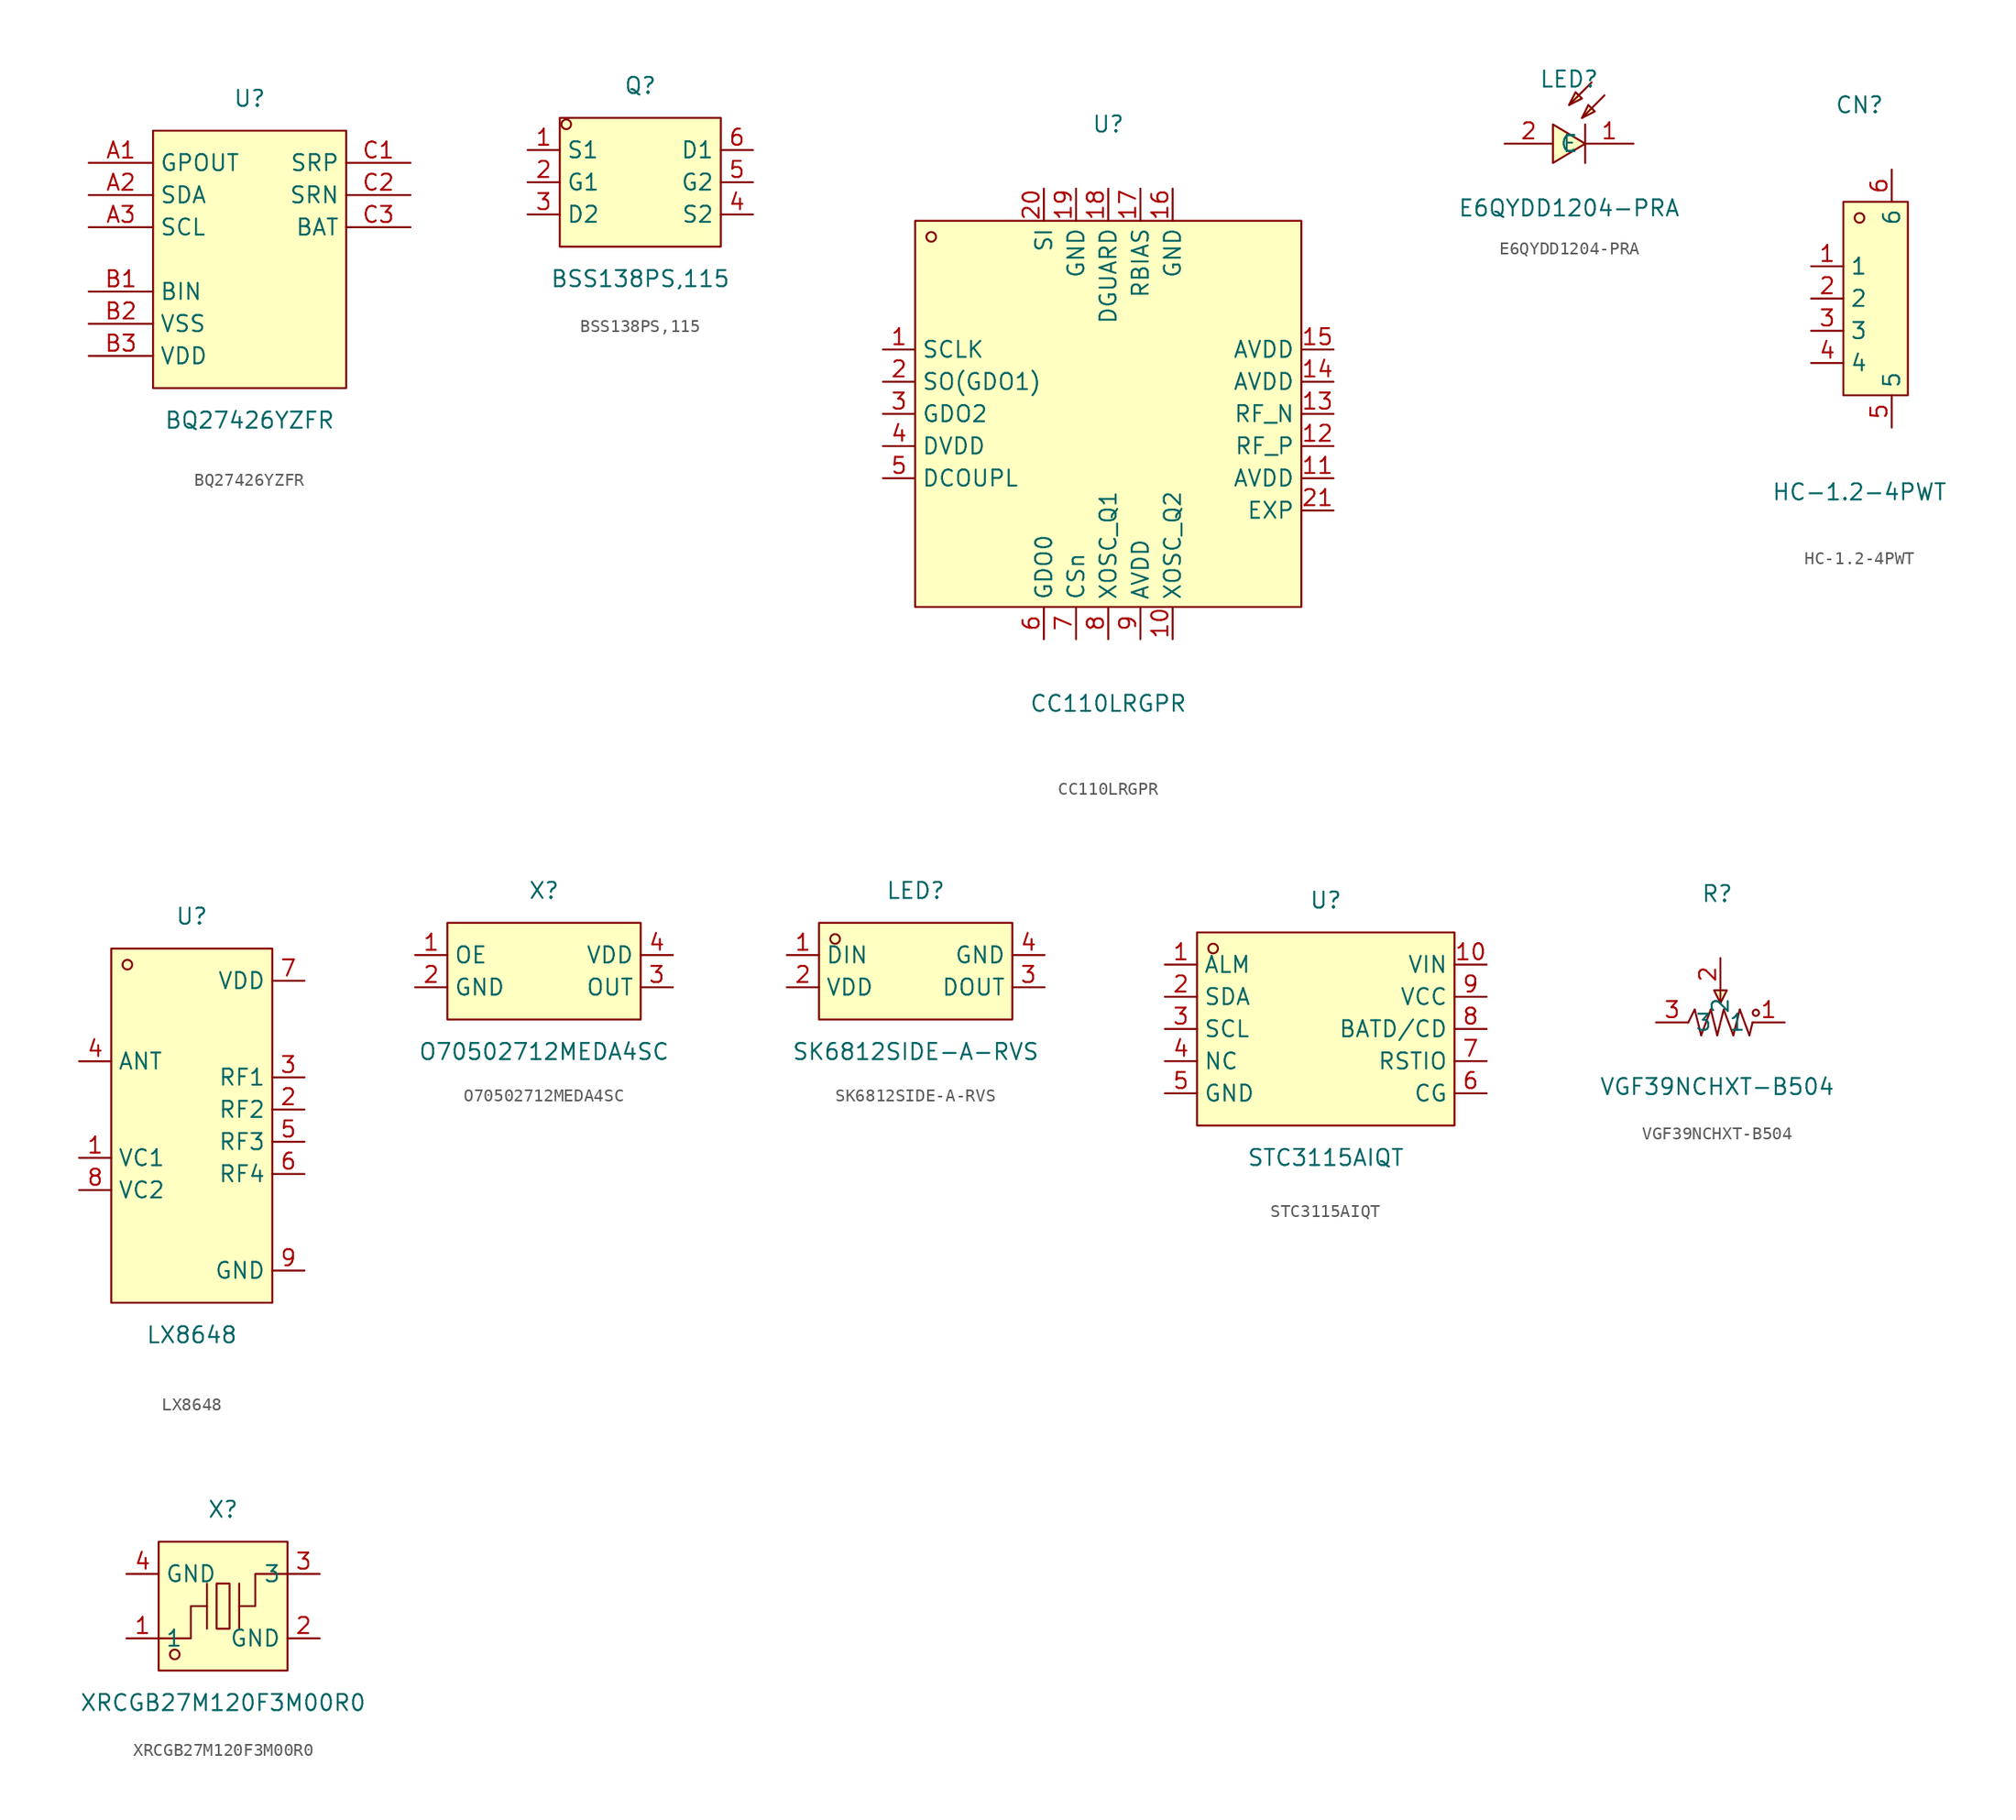
<source format=kicad_sym>
(kicad_symbol_lib
  (version 20241209)
  (generator "kicad_symbol_editor")
  (generator_version "9.0")
  (symbol "BQ27426YZFR"
    (property "Reference" "U"
      (at 0 10.16 0)
      (effects (font (size 1.27 1.27))))
    (property "Value" "BQ27426YZFR"
      (at 0 -15.24 0)
      (effects (font (size 1.27 1.27))))
    (symbol "BQ27426YZFR_0_1"
      (rectangle (start -7.62 7.62) (end 7.62 -12.70) (stroke (width 0) (type default) (color 0 0 0 0)) (fill (type background)))
      (pin unspecified line (at -12.70 5.08 0) (length 5.08) (name "GPOUT" (effects (font (size 1.27 1.27)))) (number "A1" (effects (font (size 1.27 1.27)))))
      (pin unspecified line (at -12.70 2.54 0) (length 5.08) (name "SDA" (effects (font (size 1.27 1.27)))) (number "A2" (effects (font (size 1.27 1.27)))))
      (pin unspecified line (at -12.70 -0.00 0) (length 5.08) (name "SCL" (effects (font (size 1.27 1.27)))) (number "A3" (effects (font (size 1.27 1.27)))))
      (pin unspecified line (at -12.70 -5.08 0) (length 5.08) (name "BIN" (effects (font (size 1.27 1.27)))) (number "B1" (effects (font (size 1.27 1.27)))))
      (pin unspecified line (at -12.70 -7.62 0) (length 5.08) (name "VSS" (effects (font (size 1.27 1.27)))) (number "B2" (effects (font (size 1.27 1.27)))))
      (pin unspecified line (at -12.70 -10.16 0) (length 5.08) (name "VDD" (effects (font (size 1.27 1.27)))) (number "B3" (effects (font (size 1.27 1.27)))))
      (pin unspecified line (at 12.70 5.08 180) (length 5.08) (name "SRP" (effects (font (size 1.27 1.27)))) (number "C1" (effects (font (size 1.27 1.27)))))
      (pin unspecified line (at 12.70 2.54 180) (length 5.08) (name "SRN" (effects (font (size 1.27 1.27)))) (number "C2" (effects (font (size 1.27 1.27)))))
      (pin unspecified line (at 12.70 -0.00 180) (length 5.08) (name "BAT" (effects (font (size 1.27 1.27)))) (number "C3" (effects (font (size 1.27 1.27)))))))
  (symbol "BSS138PS,115"
    (property "Reference" "Q"
      (at 0 7.62 0)
      (effects (font (size 1.27 1.27))))
    (property "Value" "BSS138PS,115"
      (at 0 -7.62 0)
      (effects (font (size 1.27 1.27))))
    (symbol "BSS138PS,115_0_1"
      (rectangle (start -6.35 5.08) (end 6.35 -5.08) (stroke (width 0) (type default)) (fill (type background)))
      (circle (center -5.84 4.57) (radius 0.38) (stroke (width 0) (type default)) (fill (type none)))
      (pin unspecified line (at -8.89 2.54 0) (length 2.54) (name "S1" (effects (font (size 1.27 1.27)))) (number "1" (effects (font (size 1.27 1.27)))))
      (pin unspecified line (at -8.89 0 0) (length 2.54) (name "G1" (effects (font (size 1.27 1.27)))) (number "2" (effects (font (size 1.27 1.27)))))
      (pin unspecified line (at -8.89 -2.54 0) (length 2.54) (name "D2" (effects (font (size 1.27 1.27)))) (number "3" (effects (font (size 1.27 1.27)))))
      (pin unspecified line (at 8.89 2.54 180) (length 2.54) (name "D1" (effects (font (size 1.27 1.27)))) (number "6" (effects (font (size 1.27 1.27)))))
      (pin unspecified line (at 8.89 0 180) (length 2.54) (name "G2" (effects (font (size 1.27 1.27)))) (number "5" (effects (font (size 1.27 1.27)))))
      (pin unspecified line (at 8.89 -2.54 180) (length 2.54) (name "S2" (effects (font (size 1.27 1.27)))) (number "4" (effects (font (size 1.27 1.27)))))))
  (symbol "CC110LRGPR"
    (property "Reference" "U"
      (at 0 22.86 0)
      (effects (font (size 1.27 1.27))))
    (property "Value" "CC110LRGPR"
      (at 0 -22.86 0)
      (effects (font (size 1.27 1.27))))
    (symbol "CC110LRGPR_0_1"
      (rectangle (start -15.24 15.24) (end 15.24 -15.24) (stroke (width 0) (type default)) (fill (type background)))
      (circle (center -13.97 13.97) (radius 0.38) (stroke (width 0) (type default)) (fill (type none)))
      (pin unspecified line (at -17.78 5.08 0) (length 2.54) (name "SCLK" (effects (font (size 1.27 1.27)))) (number "1" (effects (font (size 1.27 1.27)))))
      (pin unspecified line (at -17.78 2.54 0) (length 2.54) (name "SO(GDO1)" (effects (font (size 1.27 1.27)))) (number "2" (effects (font (size 1.27 1.27)))))
      (pin unspecified line (at -17.78 0 0) (length 2.54) (name "GDO2" (effects (font (size 1.27 1.27)))) (number "3" (effects (font (size 1.27 1.27)))))
      (pin unspecified line (at -17.78 -2.54 0) (length 2.54) (name "DVDD" (effects (font (size 1.27 1.27)))) (number "4" (effects (font (size 1.27 1.27)))))
      (pin unspecified line (at -17.78 -5.08 0) (length 2.54) (name "DCOUPL" (effects (font (size 1.27 1.27)))) (number "5" (effects (font (size 1.27 1.27)))))
      (pin unspecified line (at -5.08 17.78 270) (length 2.54) (name "SI" (effects (font (size 1.27 1.27)))) (number "20" (effects (font (size 1.27 1.27)))))
      (pin unspecified line (at -5.08 -17.78 90) (length 2.54) (name "GDO0" (effects (font (size 1.27 1.27)))) (number "6" (effects (font (size 1.27 1.27)))))
      (pin unspecified line (at -2.54 17.78 270) (length 2.54) (name "GND" (effects (font (size 1.27 1.27)))) (number "19" (effects (font (size 1.27 1.27)))))
      (pin unspecified line (at -2.54 -17.78 90) (length 2.54) (name "CSn" (effects (font (size 1.27 1.27)))) (number "7" (effects (font (size 1.27 1.27)))))
      (pin unspecified line (at 0 17.78 270) (length 2.54) (name "DGUARD" (effects (font (size 1.27 1.27)))) (number "18" (effects (font (size 1.27 1.27)))))
      (pin unspecified line (at 0 -17.78 90) (length 2.54) (name "XOSC_Q1" (effects (font (size 1.27 1.27)))) (number "8" (effects (font (size 1.27 1.27)))))
      (pin unspecified line (at 2.54 17.78 270) (length 2.54) (name "RBIAS" (effects (font (size 1.27 1.27)))) (number "17" (effects (font (size 1.27 1.27)))))
      (pin unspecified line (at 2.54 -17.78 90) (length 2.54) (name "AVDD" (effects (font (size 1.27 1.27)))) (number "9" (effects (font (size 1.27 1.27)))))
      (pin unspecified line (at 5.08 17.78 270) (length 2.54) (name "GND" (effects (font (size 1.27 1.27)))) (number "16" (effects (font (size 1.27 1.27)))))
      (pin unspecified line (at 5.08 -17.78 90) (length 2.54) (name "XOSC_Q2" (effects (font (size 1.27 1.27)))) (number "10" (effects (font (size 1.27 1.27)))))
      (pin unspecified line (at 17.78 5.08 180) (length 2.54) (name "AVDD" (effects (font (size 1.27 1.27)))) (number "15" (effects (font (size 1.27 1.27)))))
      (pin unspecified line (at 17.78 2.54 180) (length 2.54) (name "AVDD" (effects (font (size 1.27 1.27)))) (number "14" (effects (font (size 1.27 1.27)))))
      (pin unspecified line (at 17.78 0 180) (length 2.54) (name "RF_N" (effects (font (size 1.27 1.27)))) (number "13" (effects (font (size 1.27 1.27)))))
      (pin unspecified line (at 17.78 -2.54 180) (length 2.54) (name "RF_P" (effects (font (size 1.27 1.27)))) (number "12" (effects (font (size 1.27 1.27)))))
      (pin unspecified line (at 17.78 -5.08 180) (length 2.54) (name "AVDD" (effects (font (size 1.27 1.27)))) (number "11" (effects (font (size 1.27 1.27)))))
      (pin unspecified line (at 17.78 -7.62 180) (length 2.54) (name "EXP" (effects (font (size 1.27 1.27)))) (number "21" (effects (font (size 1.27 1.27)))))))
  (symbol "E6QYDD1204-PRA"
    (property "Reference" "LED"
      (at 0 5.08 0)
      (effects (font (size 1.27 1.27))))
    (property "Value" "E6QYDD1204-PRA"
      (at 0 -5.08 0)
      (effects (font (size 1.27 1.27))))
    (symbol "E6QYDD1204-PRA_0_1"
      (polyline (pts (xy 1.27 1.52) (xy 1.27 -1.52)) (stroke (width 0) (type default) (color 0 0 0 0)) (fill (type none)))
      (polyline (pts (xy 2.79 3.81) (xy 1.02 2.03)) (stroke (width 0) (type default) (color 0 0 0 0)) (fill (type none)))
      (polyline (pts (xy 1.78 4.83) (xy 0.00 3.05)) (stroke (width 0) (type default) (color 0 0 0 0)) (fill (type none)))
      (polyline (pts (xy 1.02 2.03) (xy 2.03 2.54) (xy 1.52 3.05) (xy 1.02 2.03)) (stroke (width 0) (type default) (color 0 0 0 0)) (fill (type background)))
      (polyline (pts (xy 0.00 3.05) (xy 1.02 3.56) (xy 0.51 4.06) (xy 0.00 3.05)) (stroke (width 0) (type default) (color 0 0 0 0)) (fill (type background)))
      (polyline (pts (xy -1.27 -1.52) (xy 1.27 -0.00) (xy -1.27 1.52) (xy -1.27 -1.52)) (stroke (width 0) (type default) (color 0 0 0 0)) (fill (type background)))
      (pin input line (at 5.08 -0.00 180) (length 3.81) (name "E" (effects (font (size 1.27 1.27)))) (number "1" (effects (font (size 1.27 1.27)))))
      (pin input line (at -5.08 -0.00 0) (length 3.81) (name "C" (effects (font (size 1.27 1.27)))) (number "2" (effects (font (size 1.27 1.27)))))))
  (symbol "HC-1.2-4PWT"
    (property "Reference" "CN"
      (at 0 15.24 0)
      (effects (font (size 1.27 1.27))))
    (property "Value" "HC-1.2-4PWT"
      (at 0 -15.24 0)
      (effects (font (size 1.27 1.27))))
    (symbol "HC-1.2-4PWT_0_1"
      (rectangle (start -1.27 7.62) (end 3.81 -7.62) (stroke (width 0) (type default) (color 0 0 0 0)) (fill (type background)))
      (circle (center 0.00 6.35) (radius 0.38) (stroke (width 0) (type default) (color 0 0 0 0)) (fill (type none)))
      (pin unspecified line (at 2.54 10.16 270) (length 2.54) (name "6" (effects (font (size 1.27 1.27)))) (number "6" (effects (font (size 1.27 1.27)))))
      (pin unspecified line (at 2.54 -10.16 90) (length 2.54) (name "5" (effects (font (size 1.27 1.27)))) (number "5" (effects (font (size 1.27 1.27)))))
      (pin unspecified line (at -3.81 -5.08 0) (length 2.54) (name "4" (effects (font (size 1.27 1.27)))) (number "4" (effects (font (size 1.27 1.27)))))
      (pin unspecified line (at -3.81 -2.54 0) (length 2.54) (name "3" (effects (font (size 1.27 1.27)))) (number "3" (effects (font (size 1.27 1.27)))))
      (pin unspecified line (at -3.81 -0.00 0) (length 2.54) (name "2" (effects (font (size 1.27 1.27)))) (number "2" (effects (font (size 1.27 1.27)))))
      (pin unspecified line (at -3.81 2.54 0) (length 2.54) (name "1" (effects (font (size 1.27 1.27)))) (number "1" (effects (font (size 1.27 1.27)))))))
  (symbol "LX8648"
    (property "Reference" "U"
      (at 0 16.51 0)
      (effects (font (size 1.27 1.27))))
    (property "Value" "LX8648"
      (at 0 -16.51 0)
      (effects (font (size 1.27 1.27))))
    (symbol "LX8648_0_1"
      (rectangle (start -6.35 13.97) (end 6.35 -13.97) (stroke (width 0) (type default)) (fill (type background)))
      (circle (center -5.08 12.7) (radius 0.38) (stroke (width 0) (type default)) (fill (type none)))
      (pin unspecified line (at -8.89 5.08 0) (length 2.54) (name "ANT" (effects (font (size 1.27 1.27)))) (number "4" (effects (font (size 1.27 1.27)))))
      (pin unspecified line (at -8.89 -2.54 0) (length 2.54) (name "VC1" (effects (font (size 1.27 1.27)))) (number "1" (effects (font (size 1.27 1.27)))))
      (pin unspecified line (at -8.89 -5.08 0) (length 2.54) (name "VC2" (effects (font (size 1.27 1.27)))) (number "8" (effects (font (size 1.27 1.27)))))
      (pin unspecified line (at 8.89 11.43 180) (length 2.54) (name "VDD" (effects (font (size 1.27 1.27)))) (number "7" (effects (font (size 1.27 1.27)))))
      (pin unspecified line (at 8.89 3.81 180) (length 2.54) (name "RF1" (effects (font (size 1.27 1.27)))) (number "3" (effects (font (size 1.27 1.27)))))
      (pin unspecified line (at 8.89 1.27 180) (length 2.54) (name "RF2" (effects (font (size 1.27 1.27)))) (number "2" (effects (font (size 1.27 1.27)))))
      (pin unspecified line (at 8.89 -1.27 180) (length 2.54) (name "RF3" (effects (font (size 1.27 1.27)))) (number "5" (effects (font (size 1.27 1.27)))))
      (pin unspecified line (at 8.89 -3.81 180) (length 2.54) (name "RF4" (effects (font (size 1.27 1.27)))) (number "6" (effects (font (size 1.27 1.27)))))
      (pin unspecified line (at 8.89 -11.43 180) (length 2.54) (name "GND" (effects (font (size 1.27 1.27)))) (number "9" (effects (font (size 1.27 1.27)))))))
  (symbol "O70502712MEDA4SC"
    (property "Reference" "X"
      (at 0 6.35 0)
      (effects (font (size 1.27 1.27))))
    (property "Value" "O70502712MEDA4SC"
      (at 0 -6.35 0)
      (effects (font (size 1.27 1.27))))
    (symbol "O70502712MEDA4SC_0_1"
      (rectangle (start -7.62 3.81) (end 7.62 -3.81) (stroke (width 0) (type default) (color 0 0 0 0)) (fill (type background)))
      (pin input line (at -10.16 1.27 0) (length 2.54) (name "OE" (effects (font (size 1.27 1.27)))) (number "1" (effects (font (size 1.27 1.27)))))
      (pin input line (at -10.16 -1.27 0) (length 2.54) (name "GND" (effects (font (size 1.27 1.27)))) (number "2" (effects (font (size 1.27 1.27)))))
      (pin input line (at 10.16 -1.27 180) (length 2.54) (name "OUT" (effects (font (size 1.27 1.27)))) (number "3" (effects (font (size 1.27 1.27)))))
      (pin input line (at 10.16 1.27 180) (length 2.54) (name "VDD" (effects (font (size 1.27 1.27)))) (number "4" (effects (font (size 1.27 1.27)))))))
  (symbol "SK6812SIDE-A-RVS"
    (property "Reference" "LED"
      (at 0 6.35 0)
      (effects (font (size 1.27 1.27))))
    (property "Value" "SK6812SIDE-A-RVS"
      (at 0 -6.35 0)
      (effects (font (size 1.27 1.27))))
    (symbol "SK6812SIDE-A-RVS_0_1"
      (rectangle (start -7.62 3.81) (end 7.62 -3.81) (stroke (width 0) (type default) (color 0 0 0 0)) (fill (type background)))
      (circle (center -6.35 2.54) (radius 0.38) (stroke (width 0) (type default) (color 0 0 0 0)) (fill (type none)))
      (pin unspecified line (at -10.16 1.27 0) (length 2.54) (name "DIN" (effects (font (size 1.27 1.27)))) (number "1" (effects (font (size 1.27 1.27)))))
      (pin unspecified line (at -10.16 -1.27 0) (length 2.54) (name "VDD" (effects (font (size 1.27 1.27)))) (number "2" (effects (font (size 1.27 1.27)))))
      (pin unspecified line (at 10.16 -1.27 180) (length 2.54) (name "DOUT" (effects (font (size 1.27 1.27)))) (number "3" (effects (font (size 1.27 1.27)))))
      (pin unspecified line (at 10.16 1.27 180) (length 2.54) (name "GND" (effects (font (size 1.27 1.27)))) (number "4" (effects (font (size 1.27 1.27)))))))
  (symbol "STC3115AIQT"
    (property "Reference" "U"
      (at 0 10.16 0)
      (effects (font (size 1.27 1.27))))
    (property "Value" "STC3115AIQT"
      (at 0 -10.16 0)
      (effects (font (size 1.27 1.27))))
    (symbol "STC3115AIQT_0_1"
      (rectangle (start -10.16 7.62) (end 10.16 -7.62) (stroke (width 0) (type default) (color 0 0 0 0)) (fill (type background)))
      (circle (center -8.89 6.35) (radius 0.38) (stroke (width 0) (type default) (color 0 0 0 0)) (fill (type none)))
      (pin unspecified line (at -12.70 5.08 0) (length 2.54) (name "ALM" (effects (font (size 1.27 1.27)))) (number "1" (effects (font (size 1.27 1.27)))))
      (pin unspecified line (at -12.70 2.54 0) (length 2.54) (name "SDA" (effects (font (size 1.27 1.27)))) (number "2" (effects (font (size 1.27 1.27)))))
      (pin unspecified line (at -12.70 -0.00 0) (length 2.54) (name "SCL" (effects (font (size 1.27 1.27)))) (number "3" (effects (font (size 1.27 1.27)))))
      (pin unspecified line (at -12.70 -2.54 0) (length 2.54) (name "NC" (effects (font (size 1.27 1.27)))) (number "4" (effects (font (size 1.27 1.27)))))
      (pin unspecified line (at -12.70 -5.08 0) (length 2.54) (name "GND" (effects (font (size 1.27 1.27)))) (number "5" (effects (font (size 1.27 1.27)))))
      (pin unspecified line (at 12.70 -5.08 180) (length 2.54) (name "CG" (effects (font (size 1.27 1.27)))) (number "6" (effects (font (size 1.27 1.27)))))
      (pin unspecified line (at 12.70 -2.54 180) (length 2.54) (name "RSTIO" (effects (font (size 1.27 1.27)))) (number "7" (effects (font (size 1.27 1.27)))))
      (pin unspecified line (at 12.70 -0.00 180) (length 2.54) (name "BATD/CD" (effects (font (size 1.27 1.27)))) (number "8" (effects (font (size 1.27 1.27)))))
      (pin unspecified line (at 12.70 2.54 180) (length 2.54) (name "VCC" (effects (font (size 1.27 1.27)))) (number "9" (effects (font (size 1.27 1.27)))))
      (pin unspecified line (at 12.70 5.08 180) (length 2.54) (name "VIN" (effects (font (size 1.27 1.27)))) (number "10" (effects (font (size 1.27 1.27)))))))
  (symbol "VGF39NCHXT-B504"
    (property "Reference" "R"
      (at 0 7.62 0)
      (effects (font (size 1.27 1.27))))
    (property "Value" "VGF39NCHXT-B504"
      (at 0 -7.62 0)
      (effects (font (size 1.27 1.27))))
    (symbol "VGF39NCHXT-B504_0_1"
      (polyline (pts (xy -2.29 -2.54) (xy -1.78 -1.52)) (stroke (width 0) (type default)) (fill (type none)))
      (polyline (pts (xy -1.78 -1.52) (xy -1.27 -3.56)) (stroke (width 0) (type default)) (fill (type none)))
      (polyline (pts (xy -1.27 -3.56) (xy -0.51 -1.52)) (stroke (width 0) (type default)) (fill (type none)))
      (polyline (pts (xy -0.51 -1.52) (xy 0 -3.56)) (stroke (width 0) (type default)) (fill (type none)))
      (polyline (pts (xy -0.25 0) (xy 0.25 -1.02) (xy 0.76 0) (xy -0.25 0)) (stroke (width 0) (type default)) (fill (type background)))
      (polyline (pts (xy 0 -3.56) (xy 0.51 -1.52)) (stroke (width 0) (type default)) (fill (type none)))
      (polyline (pts (xy 0.25 0) (xy 0.25 -1.02)) (stroke (width 0) (type default)) (fill (type none)))
      (polyline (pts (xy 0.51 -1.52) (xy 1.27 -3.56)) (stroke (width 0) (type default)) (fill (type none)))
      (polyline (pts (xy 1.27 -3.56) (xy 1.78 -1.52)) (stroke (width 0) (type default)) (fill (type none)))
      (polyline (pts (xy 1.78 -1.52) (xy 2.54 -3.56)) (stroke (width 0) (type default)) (fill (type none)))
      (polyline (pts (xy 2.54 -3.56) (xy 2.79 -2.54)) (stroke (width 0) (type default)) (fill (type none)))
      (circle (center 3.05 -1.78) (radius 0.25) (stroke (width 0) (type default)) (fill (type none)))
      (pin unspecified line (at -4.83 -2.54 0) (length 2.54) (name "3" (effects (font (size 1.27 1.27)))) (number "3" (effects (font (size 1.27 1.27)))))
      (pin unspecified line (at 0.25 2.54 270) (length 2.54) (name "2" (effects (font (size 1.27 1.27)))) (number "2" (effects (font (size 1.27 1.27)))))
      (pin unspecified line (at 5.33 -2.54 180) (length 2.54) (name "1" (effects (font (size 1.27 1.27)))) (number "1" (effects (font (size 1.27 1.27)))))))
  (symbol "XRCGB27M120F3M00R0"
    (property "Reference" "X"
      (at 0 7.62 0)
      (effects (font (size 1.27 1.27))))
    (property "Value" "XRCGB27M120F3M00R0"
      (at 0 -7.62 0)
      (effects (font (size 1.27 1.27))))
    (symbol "XRCGB27M120F3M00R0_0_1"
      (rectangle (start -0.51 1.78) (end 0.51 -1.78) (stroke (width 0) (type default) (color 0 0 0 0)) (fill (type background)))
      (rectangle (start -5.08 5.08) (end 5.08 -5.08) (stroke (width 0) (type default) (color 0 0 0 0)) (fill (type background)))
      (circle (center -3.81 -3.81) (radius 0.38) (stroke (width 0) (type default) (color 0 0 0 0)) (fill (type none)))
      (polyline (pts (xy 5.08 2.54) (xy 2.54 2.54) (xy 2.54 -0.00) (xy 1.27 -0.00)) (stroke (width 0) (type default) (color 0 0 0 0)) (fill (type none)))
      (polyline (pts (xy -5.08 -2.54) (xy -2.54 -2.54) (xy -2.54 -0.00) (xy -1.27 -0.00)) (stroke (width 0) (type default) (color 0 0 0 0)) (fill (type none)))
      (polyline (pts (xy 1.27 -1.78) (xy 1.27 1.78)) (stroke (width 0) (type default) (color 0 0 0 0)) (fill (type none)))
      (polyline (pts (xy -1.27 -1.78) (xy -1.27 1.78)) (stroke (width 0) (type default) (color 0 0 0 0)) (fill (type none)))
      (pin input line (at 7.62 -2.54 180) (length 2.54) (name "GND" (effects (font (size 1.27 1.27)))) (number "2" (effects (font (size 1.27 1.27)))))
      (pin input line (at -7.62 2.54 0) (length 2.54) (name "GND" (effects (font (size 1.27 1.27)))) (number "4" (effects (font (size 1.27 1.27)))))
      (pin input line (at 7.62 2.54 180) (length 2.54) (name "3" (effects (font (size 1.27 1.27)))) (number "3" (effects (font (size 1.27 1.27)))))
      (pin input line (at -7.62 -2.54 0) (length 2.54) (name "1" (effects (font (size 1.27 1.27)))) (number "1" (effects (font (size 1.27 1.27))))))))
</source>
